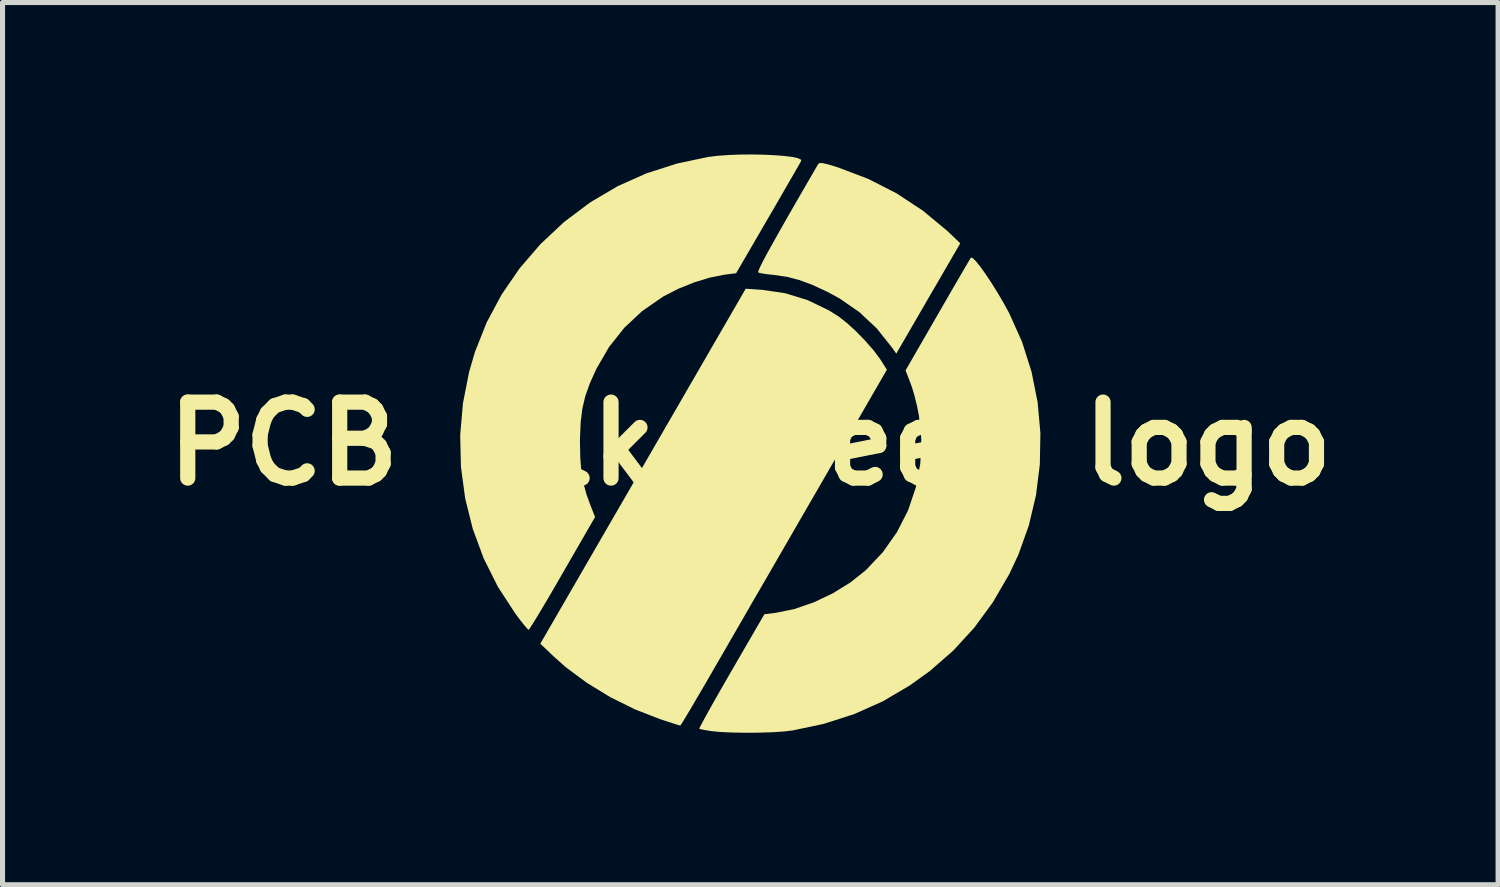
<source format=kicad_pcb>
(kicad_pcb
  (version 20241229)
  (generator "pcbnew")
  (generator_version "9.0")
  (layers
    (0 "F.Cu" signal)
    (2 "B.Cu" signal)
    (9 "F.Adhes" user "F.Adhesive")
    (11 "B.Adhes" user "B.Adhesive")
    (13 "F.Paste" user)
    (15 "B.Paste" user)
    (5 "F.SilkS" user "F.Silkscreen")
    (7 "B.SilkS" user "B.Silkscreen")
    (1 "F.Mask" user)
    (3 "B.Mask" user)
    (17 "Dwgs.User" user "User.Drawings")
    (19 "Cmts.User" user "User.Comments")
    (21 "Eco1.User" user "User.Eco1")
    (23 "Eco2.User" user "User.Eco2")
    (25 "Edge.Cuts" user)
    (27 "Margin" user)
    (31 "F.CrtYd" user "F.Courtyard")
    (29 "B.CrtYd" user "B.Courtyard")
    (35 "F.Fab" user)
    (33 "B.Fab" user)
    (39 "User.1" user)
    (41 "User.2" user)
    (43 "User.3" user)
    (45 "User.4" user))
  (footprint "PCB silkscreen logo"
    (layer "F.Cu")
    (at 11.764 5.711)
    (property "Reference" "PCB silkscreen logo" (at 0 0 0) (layer "F.SilkS") (effects (font (size 1.5 1.5) (thickness 0.3))))
    (attr board_only exclude_from_pos_files exclude_from_bom)
    (fp_poly (pts (xy 0.228 -3.039) (xy 0.688 -2.972) (xy 1.132 -2.835) (xy 1.553 -2.632) (xy 1.747 -2.51) (xy 1.906 -2.385) (xy 2.087 -2.22) (xy 2.269 -2.033) (xy 2.433 -1.846) (xy 2.56 -1.676) (xy 2.578 -1.649) (xy 2.697 -1.461) (xy 1.29 0.971) (xy 1.047 1.391) (xy 0.8 1.819) (xy 0.553 2.246) (xy 0.311 2.665) (xy 0.078 3.066) (xy -0.139 3.443) (xy -0.338 3.787) (xy -0.512 4.089) (xy -0.659 4.342) (xy -0.741 4.484) (xy -0.888 4.739) (xy -1.024 4.971) (xy -1.144 5.176) (xy -1.244 5.344) (xy -1.32 5.47) (xy -1.368 5.546) (xy -1.383 5.565) (xy -1.423 5.554) (xy -1.517 5.524) (xy -1.65 5.481) (xy -1.781 5.438) (xy -2.278 5.245) (xy -2.766 5.003) (xy -3.227 4.721) (xy -3.645 4.411) (xy -3.884 4.198) (xy -4.146 3.948) (xy -2.118 0.444) (xy -0.091 -3.06)) (stroke (width 0) (type solid)) (fill yes) (layer "F.SilkS"))
    (fp_poly (pts (xy 1.429 -5.54) (xy 1.531 -5.517) (xy 1.687 -5.47) (xy 1.731 -5.456) (xy 2.326 -5.23) (xy 2.889 -4.943) (xy 3.411 -4.599) (xy 3.887 -4.204) (xy 3.92 -4.173) (xy 4.146 -3.957) (xy 4.059 -3.807) (xy 4.018 -3.738) (xy 3.947 -3.614) (xy 3.85 -3.447) (xy 3.733 -3.245) (xy 3.601 -3.018) (xy 3.46 -2.776) (xy 3.427 -2.718) (xy 2.882 -1.779) (xy 2.798 -1.899) (xy 2.496 -2.277) (xy 2.156 -2.596) (xy 1.768 -2.865) (xy 1.51 -3.005) (xy 1.221 -3.138) (xy 0.967 -3.232) (xy 0.725 -3.295) (xy 0.473 -3.332) (xy 0.437 -3.336) (xy 0.308 -3.35) (xy 0.206 -3.367) (xy 0.158 -3.38) (xy 0.158 -3.405) (xy 0.184 -3.469) (xy 0.235 -3.574) (xy 0.314 -3.725) (xy 0.423 -3.922) (xy 0.562 -4.17) (xy 0.733 -4.471) (xy 0.937 -4.826) (xy 1.177 -5.24) (xy 1.342 -5.524) (xy 1.37 -5.542)) (stroke (width 0) (type solid)) (fill yes) (layer "F.SilkS"))
    (fp_poly (pts (xy 4.392 -3.665) (xy 4.457 -3.601) (xy 4.545 -3.491) (xy 4.649 -3.345) (xy 4.764 -3.172) (xy 4.883 -2.981) (xy 5 -2.782) (xy 5.109 -2.583) (xy 5.115 -2.571) (xy 5.366 -2.01) (xy 5.552 -1.424) (xy 5.673 -0.821) (xy 5.728 -0.208) (xy 5.717 0.407) (xy 5.641 1.017) (xy 5.499 1.615) (xy 5.292 2.194) (xy 5.115 2.571) (xy 4.79 3.13) (xy 4.423 3.631) (xy 4.01 4.082) (xy 3.545 4.488) (xy 3.148 4.773) (xy 2.613 5.088) (xy 2.049 5.339) (xy 1.45 5.531) (xy 0.837 5.661) (xy 0.659 5.682) (xy 0.428 5.697) (xy 0.167 5.705) (xy -0.105 5.707) (xy -0.368 5.702) (xy -0.599 5.691) (xy -0.779 5.673) (xy -0.895 5.654) (xy -0.979 5.637) (xy -1.008 5.627) (xy -0.994 5.593) (xy -0.947 5.504) (xy -0.872 5.366) (xy -0.772 5.186) (xy -0.651 4.973) (xy -0.513 4.732) (xy -0.373 4.489) (xy 0.278 3.366) (xy 0.506 3.338) (xy 0.872 3.263) (xy 1.253 3.132) (xy 1.628 2.954) (xy 1.978 2.738) (xy 2.283 2.495) (xy 2.62 2.138) (xy 2.898 1.742) (xy 3.116 1.314) (xy 3.269 0.861) (xy 3.357 0.389) (xy 3.376 -0.094) (xy 3.331 -0.546) (xy 3.293 -0.741) (xy 3.243 -0.944) (xy 3.19 -1.122) (xy 3.167 -1.185) (xy 3.066 -1.448) (xy 3.703 -2.553) (xy 3.852 -2.811) (xy 3.989 -3.048) (xy 4.111 -3.258) (xy 4.213 -3.433) (xy 4.291 -3.566) (xy 4.34 -3.649) (xy 4.357 -3.675)) (stroke (width 0) (type solid)) (fill yes) (layer "F.SilkS"))
    (fp_poly (pts (xy 0.255 -5.707) (xy 0.474 -5.697) (xy 0.669 -5.682) (xy 0.829 -5.662) (xy 0.943 -5.637) (xy 1.002 -5.608) (xy 1.006 -5.589) (xy 0.985 -5.549) (xy 0.931 -5.454) (xy 0.849 -5.311) (xy 0.743 -5.128) (xy 0.618 -4.911) (xy 0.478 -4.669) (xy 0.355 -4.458) (xy -0.28 -3.366) (xy -0.507 -3.338) (xy -0.795 -3.281) (xy -1.109 -3.185) (xy -1.423 -3.059) (xy -1.707 -2.913) (xy -1.725 -2.903) (xy -2.135 -2.619) (xy -2.489 -2.288) (xy -2.79 -1.908) (xy -3.039 -1.478) (xy -3.041 -1.474) (xy -3.166 -1.197) (xy -3.256 -0.946) (xy -3.315 -0.698) (xy -3.349 -0.43) (xy -3.362 -0.119) (xy -3.363 -0.036) (xy -3.357 0.275) (xy -3.337 0.537) (xy -3.297 0.771) (xy -3.235 0.999) (xy -3.153 1.224) (xy -3.065 1.447) (xy -3.707 2.56) (xy -3.857 2.819) (xy -3.995 3.056) (xy -4.119 3.265) (xy -4.223 3.438) (xy -4.304 3.569) (xy -4.356 3.65) (xy -4.376 3.675) (xy -4.408 3.647) (xy -4.471 3.573) (xy -4.558 3.463) (xy -4.637 3.357) (xy -4.983 2.826) (xy -5.264 2.265) (xy -5.48 1.68) (xy -5.63 1.076) (xy -5.713 0.458) (xy -5.728 -0.167) (xy -5.674 -0.794) (xy -5.552 -1.418) (xy -5.434 -1.819) (xy -5.204 -2.397) (xy -4.909 -2.947) (xy -4.554 -3.464) (xy -4.142 -3.942) (xy -3.679 -4.376) (xy -3.168 -4.76) (xy -3.148 -4.773) (xy -2.613 -5.088) (xy -2.049 -5.339) (xy -1.45 -5.531) (xy -0.837 -5.661) (xy -0.654 -5.684) (xy -0.443 -5.7) (xy -0.215 -5.709) (xy 0.022 -5.711)) (stroke (width 0) (type solid)) (fill yes) (layer "F.SilkS")))
  (gr_rect
    (start -3 -3)
    (end 26.529 14.418)
    (stroke (width 0.1) (type default))
    (fill no)
    (layer "Edge.Cuts")))
</source>
